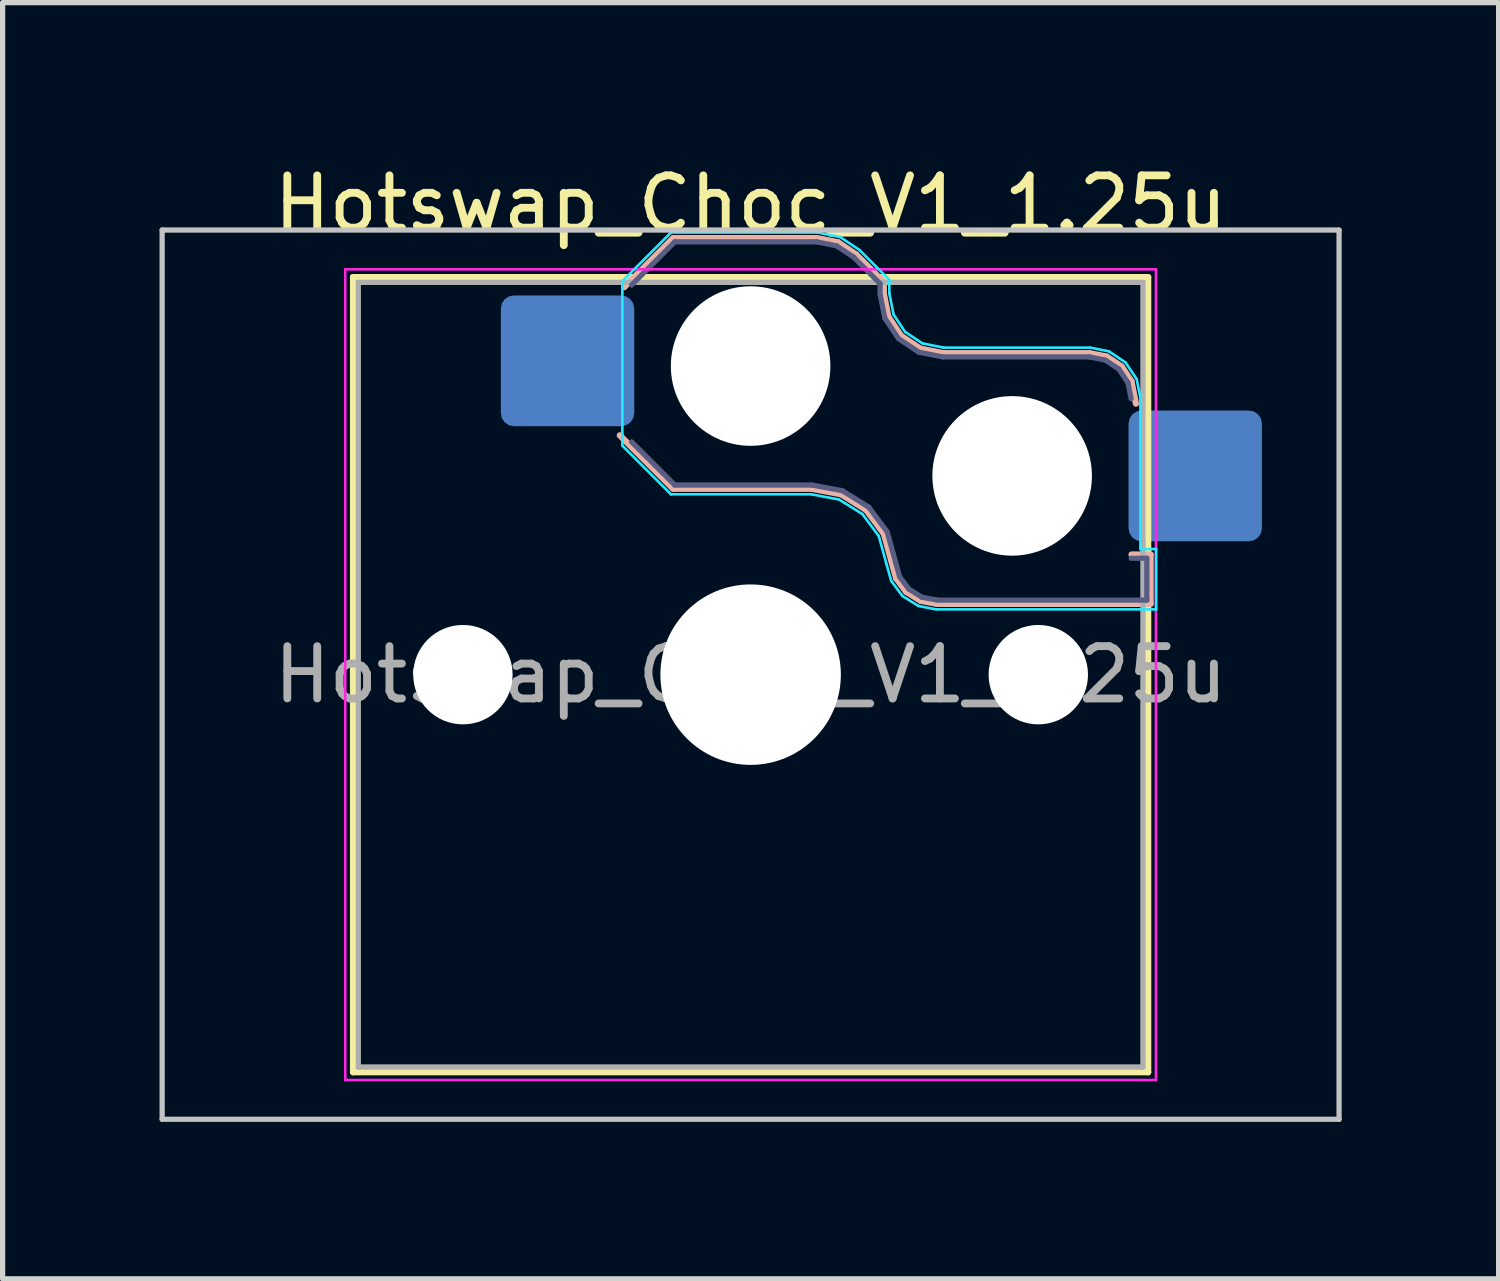
<source format=kicad_pcb>
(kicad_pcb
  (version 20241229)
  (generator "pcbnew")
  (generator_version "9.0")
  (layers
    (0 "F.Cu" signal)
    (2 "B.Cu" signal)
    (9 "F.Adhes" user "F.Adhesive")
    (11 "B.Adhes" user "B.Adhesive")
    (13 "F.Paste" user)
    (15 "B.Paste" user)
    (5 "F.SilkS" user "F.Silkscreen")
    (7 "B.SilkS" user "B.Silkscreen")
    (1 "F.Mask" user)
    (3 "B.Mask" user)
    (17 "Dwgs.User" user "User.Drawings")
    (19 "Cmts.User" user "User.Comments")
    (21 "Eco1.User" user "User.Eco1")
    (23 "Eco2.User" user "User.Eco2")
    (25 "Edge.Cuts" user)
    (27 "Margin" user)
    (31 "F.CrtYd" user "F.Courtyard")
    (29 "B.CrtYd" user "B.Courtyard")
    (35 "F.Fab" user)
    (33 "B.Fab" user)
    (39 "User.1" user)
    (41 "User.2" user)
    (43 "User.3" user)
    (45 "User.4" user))
  (footprint "Hotswap_Choc_V1_1.25u"
    (layer "F.Cu")
    (at 11.3 9.848)
    (property "Reference" "Hotswap_Choc_V1_1.25u" (at 0 -9 0) (layer "F.SilkS") (effects (font (size 1 1) (thickness 0.15))))
    (attr smd)
    (fp_line (start -7.6 -7.6) (end -7.6 7.6) (stroke (width 0.12) (type solid)) (layer "F.SilkS"))
    (fp_line (start -7.6 7.6) (end 7.6 7.6) (stroke (width 0.12) (type solid)) (layer "F.SilkS"))
    (fp_line (start 7.6 -7.6) (end -7.6 -7.6) (stroke (width 0.12) (type solid)) (layer "F.SilkS"))
    (fp_line (start 7.6 7.6) (end 7.6 -7.6) (stroke (width 0.12) (type solid)) (layer "F.SilkS"))
    (fp_line (start -2.416 -7.409) (end -1.479 -8.346) (stroke (width 0.12) (type solid)) (layer "B.SilkS"))
    (fp_line (start -1.479 -8.346) (end 1.268 -8.346) (stroke (width 0.12) (type solid)) (layer "B.SilkS"))
    (fp_line (start -1.479 -3.554) (end -2.5 -4.575) (stroke (width 0.12) (type solid)) (layer "B.SilkS"))
    (fp_line (start 1.168 -3.554) (end -1.479 -3.554) (stroke (width 0.12) (type solid)) (layer "B.SilkS"))
    (fp_line (start 1.268 -8.346) (end 1.671 -8.266) (stroke (width 0.12) (type solid)) (layer "B.SilkS"))
    (fp_line (start 1.671 -8.266) (end 2.013 -8.037) (stroke (width 0.12) (type solid)) (layer "B.SilkS"))
    (fp_line (start 1.73 -3.449) (end 1.168 -3.554) (stroke (width 0.12) (type solid)) (layer "B.SilkS"))
    (fp_line (start 2.013 -8.037) (end 2.546 -7.504) (stroke (width 0.12) (type solid)) (layer "B.SilkS"))
    (fp_line (start 2.209 -3.15) (end 1.73 -3.449) (stroke (width 0.12) (type solid)) (layer "B.SilkS"))
    (fp_line (start 2.546 -7.504) (end 2.546 -7.282) (stroke (width 0.12) (type solid)) (layer "B.SilkS"))
    (fp_line (start 2.546 -7.282) (end 2.633 -6.844) (stroke (width 0.12) (type solid)) (layer "B.SilkS"))
    (fp_line (start 2.547 -2.697) (end 2.209 -3.15) (stroke (width 0.12) (type solid)) (layer "B.SilkS"))
    (fp_line (start 2.633 -6.844) (end 2.877 -6.477) (stroke (width 0.12) (type solid)) (layer "B.SilkS"))
    (fp_line (start 2.701 -2.139) (end 2.547 -2.697) (stroke (width 0.12) (type solid)) (layer "B.SilkS"))
    (fp_line (start 2.783 -1.841) (end 2.701 -2.139) (stroke (width 0.12) (type solid)) (layer "B.SilkS"))
    (fp_line (start 2.877 -6.477) (end 3.244 -6.233) (stroke (width 0.12) (type solid)) (layer "B.SilkS"))
    (fp_line (start 2.976 -1.583) (end 2.783 -1.841) (stroke (width 0.12) (type solid)) (layer "B.SilkS"))
    (fp_line (start 3.244 -6.233) (end 3.682 -6.146) (stroke (width 0.12) (type solid)) (layer "B.SilkS"))
    (fp_line (start 3.25 -1.413) (end 2.976 -1.583) (stroke (width 0.12) (type solid)) (layer "B.SilkS"))
    (fp_line (start 3.56 -1.354) (end 3.25 -1.413) (stroke (width 0.12) (type solid)) (layer "B.SilkS"))
    (fp_line (start 3.682 -6.146) (end 6.482 -6.146) (stroke (width 0.12) (type solid)) (layer "B.SilkS"))
    (fp_line (start 6.482 -6.146) (end 6.809 -6.081) (stroke (width 0.12) (type solid)) (layer "B.SilkS"))
    (fp_line (start 6.809 -6.081) (end 7.092 -5.892) (stroke (width 0.12) (type solid)) (layer "B.SilkS"))
    (fp_line (start 7.092 -5.892) (end 7.281 -5.609) (stroke (width 0.12) (type solid)) (layer "B.SilkS"))
    (fp_line (start 7.281 -5.609) (end 7.366 -5.182) (stroke (width 0.12) (type solid)) (layer "B.SilkS"))
    (fp_line (start 7.283 -2.296) (end 7.646 -2.296) (stroke (width 0.12) (type solid)) (layer "B.SilkS"))
    (fp_line (start 7.646 -2.296) (end 7.646 -1.354) (stroke (width 0.12) (type solid)) (layer "B.SilkS"))
    (fp_line (start 7.646 -1.354) (end 3.56 -1.354) (stroke (width 0.12) (type solid)) (layer "B.SilkS"))
    (fp_line (start -11.25 -8.5) (end -11.25 8.5) (stroke (width 0.1) (type solid)) (layer "Dwgs.User"))
    (fp_line (start -11.25 8.5) (end 11.25 8.5) (stroke (width 0.1) (type solid)) (layer "Dwgs.User"))
    (fp_line (start 11.25 -8.5) (end -11.25 -8.5) (stroke (width 0.1) (type solid)) (layer "Dwgs.User"))
    (fp_line (start 11.25 8.5) (end 11.25 -8.5) (stroke (width 0.1) (type solid)) (layer "Dwgs.User"))
    (fp_line (start -7.25 -7.25) (end -7.25 7.25) (stroke (width 0.1) (type solid)) (layer "Eco1.User"))
    (fp_line (start -7.25 7.25) (end 7.25 7.25) (stroke (width 0.1) (type solid)) (layer "Eco1.User"))
    (fp_line (start 7.25 -7.25) (end -7.25 -7.25) (stroke (width 0.1) (type solid)) (layer "Eco1.User"))
    (fp_line (start 7.25 7.25) (end 7.25 -7.25) (stroke (width 0.1) (type solid)) (layer "Eco1.User"))
    (fp_line (start -2.452 -7.523) (end -1.523 -8.452) (stroke (width 0.05) (type solid)) (layer "B.CrtYd"))
    (fp_line (start -2.452 -4.377) (end -2.452 -7.523) (stroke (width 0.05) (type solid)) (layer "B.CrtYd"))
    (fp_line (start -1.523 -8.452) (end 1.278 -8.452) (stroke (width 0.05) (type solid)) (layer "B.CrtYd"))
    (fp_line (start -1.523 -3.448) (end -2.452 -4.377) (stroke (width 0.05) (type solid)) (layer "B.CrtYd"))
    (fp_line (start 1.159 -3.448) (end -1.523 -3.448) (stroke (width 0.05) (type solid)) (layer "B.CrtYd"))
    (fp_line (start 1.278 -8.452) (end 1.712 -8.366) (stroke (width 0.05) (type solid)) (layer "B.CrtYd"))
    (fp_line (start 1.691 -3.348) (end 1.159 -3.448) (stroke (width 0.05) (type solid)) (layer "B.CrtYd"))
    (fp_line (start 1.712 -8.366) (end 2.081 -8.119) (stroke (width 0.05) (type solid)) (layer "B.CrtYd"))
    (fp_line (start 2.081 -8.119) (end 2.652 -7.548) (stroke (width 0.05) (type solid)) (layer "B.CrtYd"))
    (fp_line (start 2.136 -3.071) (end 1.691 -3.348) (stroke (width 0.05) (type solid)) (layer "B.CrtYd"))
    (fp_line (start 2.45 -2.65) (end 2.136 -3.071) (stroke (width 0.05) (type solid)) (layer "B.CrtYd"))
    (fp_line (start 2.599 -2.111) (end 2.45 -2.65) (stroke (width 0.05) (type solid)) (layer "B.CrtYd"))
    (fp_line (start 2.652 -7.548) (end 2.652 -7.292) (stroke (width 0.05) (type solid)) (layer "B.CrtYd"))
    (fp_line (start 2.652 -7.292) (end 2.733 -6.885) (stroke (width 0.05) (type solid)) (layer "B.CrtYd"))
    (fp_line (start 2.687 -1.794) (end 2.599 -2.111) (stroke (width 0.05) (type solid)) (layer "B.CrtYd"))
    (fp_line (start 2.733 -6.885) (end 2.953 -6.553) (stroke (width 0.05) (type solid)) (layer "B.CrtYd"))
    (fp_line (start 2.903 -1.503) (end 2.687 -1.794) (stroke (width 0.05) (type solid)) (layer "B.CrtYd"))
    (fp_line (start 2.953 -6.553) (end 3.285 -6.333) (stroke (width 0.05) (type solid)) (layer "B.CrtYd"))
    (fp_line (start 3.211 -1.312) (end 2.903 -1.503) (stroke (width 0.05) (type solid)) (layer "B.CrtYd"))
    (fp_line (start 3.285 -6.333) (end 3.692 -6.252) (stroke (width 0.05) (type solid)) (layer "B.CrtYd"))
    (fp_line (start 3.55 -1.248) (end 3.211 -1.312) (stroke (width 0.05) (type solid)) (layer "B.CrtYd"))
    (fp_line (start 3.692 -6.252) (end 6.492 -6.252) (stroke (width 0.05) (type solid)) (layer "B.CrtYd"))
    (fp_line (start 6.492 -6.252) (end 6.85 -6.181) (stroke (width 0.05) (type solid)) (layer "B.CrtYd"))
    (fp_line (start 6.85 -6.181) (end 7.168 -5.968) (stroke (width 0.05) (type solid)) (layer "B.CrtYd"))
    (fp_line (start 7.168 -5.968) (end 7.381 -5.65) (stroke (width 0.05) (type solid)) (layer "B.CrtYd"))
    (fp_line (start 7.381 -5.65) (end 7.452 -5.292) (stroke (width 0.05) (type solid)) (layer "B.CrtYd"))
    (fp_line (start 7.452 -5.292) (end 7.452 -2.402) (stroke (width 0.05) (type solid)) (layer "B.CrtYd"))
    (fp_line (start 7.452 -2.402) (end 7.752 -2.402) (stroke (width 0.05) (type solid)) (layer "B.CrtYd"))
    (fp_line (start 7.752 -2.402) (end 7.752 -1.248) (stroke (width 0.05) (type solid)) (layer "B.CrtYd"))
    (fp_line (start 7.752 -1.248) (end 3.55 -1.248) (stroke (width 0.05) (type solid)) (layer "B.CrtYd"))
    (fp_line (start -7.75 -7.75) (end -7.75 7.75) (stroke (width 0.05) (type solid)) (layer "F.CrtYd"))
    (fp_line (start -7.75 7.75) (end 7.75 7.75) (stroke (width 0.05) (type solid)) (layer "F.CrtYd"))
    (fp_line (start 7.75 -7.75) (end -7.75 -7.75) (stroke (width 0.05) (type solid)) (layer "F.CrtYd"))
    (fp_line (start 7.75 7.75) (end 7.75 -7.75) (stroke (width 0.05) (type solid)) (layer "F.CrtYd"))
    (fp_line (start -2.275 -7.45) (end -1.45 -8.275) (stroke (width 0.1) (type solid)) (layer "B.Fab"))
    (fp_line (start -1.45 -8.275) (end 1.261 -8.275) (stroke (width 0.1) (type solid)) (layer "B.Fab"))
    (fp_line (start -1.45 -3.625) (end -2.275 -4.45) (stroke (width 0.1) (type solid)) (layer "B.Fab"))
    (fp_line (start 1.175 -3.625) (end -1.45 -3.625) (stroke (width 0.1) (type solid)) (layer "B.Fab"))
    (fp_line (start 1.261 -8.275) (end 1.643 -8.199) (stroke (width 0.1) (type solid)) (layer "B.Fab"))
    (fp_line (start 1.643 -8.199) (end 1.968 -7.982) (stroke (width 0.1) (type solid)) (layer "B.Fab"))
    (fp_line (start 1.756 -3.516) (end 1.175 -3.625) (stroke (width 0.1) (type solid)) (layer "B.Fab"))
    (fp_line (start 1.968 -7.982) (end 2.475 -7.475) (stroke (width 0.1) (type solid)) (layer "B.Fab"))
    (fp_line (start 2.258 -3.203) (end 1.756 -3.516) (stroke (width 0.1) (type solid)) (layer "B.Fab"))
    (fp_line (start 2.475 -7.475) (end 2.475 -7.275) (stroke (width 0.1) (type solid)) (layer "B.Fab"))
    (fp_line (start 2.475 -7.275) (end 2.566 -6.816) (stroke (width 0.1) (type solid)) (layer "B.Fab"))
    (fp_line (start 2.566 -6.816) (end 2.826 -6.426) (stroke (width 0.1) (type solid)) (layer "B.Fab"))
    (fp_line (start 2.612 -2.729) (end 2.258 -3.203) (stroke (width 0.1) (type solid)) (layer "B.Fab"))
    (fp_line (start 2.769 -2.158) (end 2.612 -2.729) (stroke (width 0.1) (type solid)) (layer "B.Fab"))
    (fp_line (start 2.826 -6.426) (end 3.216 -6.166) (stroke (width 0.1) (type solid)) (layer "B.Fab"))
    (fp_line (start 2.848 -1.873) (end 2.769 -2.158) (stroke (width 0.1) (type solid)) (layer "B.Fab"))
    (fp_line (start 3.025 -1.636) (end 2.848 -1.873) (stroke (width 0.1) (type solid)) (layer "B.Fab"))
    (fp_line (start 3.216 -6.166) (end 3.675 -6.075) (stroke (width 0.1) (type solid)) (layer "B.Fab"))
    (fp_line (start 3.276 -1.48) (end 3.025 -1.636) (stroke (width 0.1) (type solid)) (layer "B.Fab"))
    (fp_line (start 3.567 -1.425) (end 3.276 -1.48) (stroke (width 0.1) (type solid)) (layer "B.Fab"))
    (fp_line (start 3.675 -6.075) (end 6.475 -6.075) (stroke (width 0.1) (type solid)) (layer "B.Fab"))
    (fp_line (start 6.475 -6.075) (end 6.781 -6.014) (stroke (width 0.1) (type solid)) (layer "B.Fab"))
    (fp_line (start 6.781 -6.014) (end 7.041 -5.841) (stroke (width 0.1) (type solid)) (layer "B.Fab"))
    (fp_line (start 7.041 -5.841) (end 7.214 -5.581) (stroke (width 0.1) (type solid)) (layer "B.Fab"))
    (fp_line (start 7.214 -5.581) (end 7.275 -5.275) (stroke (width 0.1) (type solid)) (layer "B.Fab"))
    (fp_line (start 7.275 -2.225) (end 7.575 -2.225) (stroke (width 0.1) (type solid)) (layer "B.Fab"))
    (fp_line (start 7.575 -2.225) (end 7.575 -1.425) (stroke (width 0.1) (type solid)) (layer "B.Fab"))
    (fp_line (start 7.575 -1.425) (end 3.567 -1.425) (stroke (width 0.1) (type solid)) (layer "B.Fab"))
    (fp_line (start -7.5 -7.5) (end -7.5 7.5) (stroke (width 0.1) (type solid)) (layer "F.Fab"))
    (fp_line (start -7.5 7.5) (end 7.5 7.5) (stroke (width 0.1) (type solid)) (layer "F.Fab"))
    (fp_line (start 7.5 -7.5) (end -7.5 -7.5) (stroke (width 0.1) (type solid)) (layer "F.Fab"))
    (fp_line (start 7.5 7.5) (end 7.5 -7.5) (stroke (width 0.1) (type solid)) (layer "F.Fab"))
    (fp_text user "${REFERENCE}" (at 0 0 0) (layer "F.Fab") (effects (font (size 1 1) (thickness 0.15))))
    (pad "" np_thru_hole circle (at -5.5 0) (size 1.9 1.9) (drill 1.9) (layers "*.Cu" "*.Mask"))
    (pad "" np_thru_hole circle (at 0 -5.9) (size 3.05 3.05) (drill 3.05) (layers "*.Cu" "*.Mask"))
    (pad "" np_thru_hole circle (at 0 0) (size 3.45 3.45) (drill 3.45) (layers "*.Cu" "*.Mask"))
    (pad "" np_thru_hole circle (at 5 -3.8) (size 3.05 3.05) (drill 3.05) (layers "*.Cu" "*.Mask"))
    (pad "" np_thru_hole circle (at 5.5 0) (size 1.9 1.9) (drill 1.9) (layers "*.Cu" "*.Mask"))
    (pad "1" smd roundrect (at -3.5 -6) (size 2.55 2.5) (layers "B.Cu" "B.Mask" "B.Paste") (roundrect_rratio 0.1))
    (pad "2" smd roundrect (at 8.5 -3.8) (size 2.55 2.5) (layers "B.Cu" "B.Mask" "B.Paste") (roundrect_rratio 0.1)))
  (gr_rect
    (start -3 -3)
    (end 25.6 21.398)
    (stroke (width 0.1) (type default))
    (fill no)
    (layer "Edge.Cuts")))
</source>
